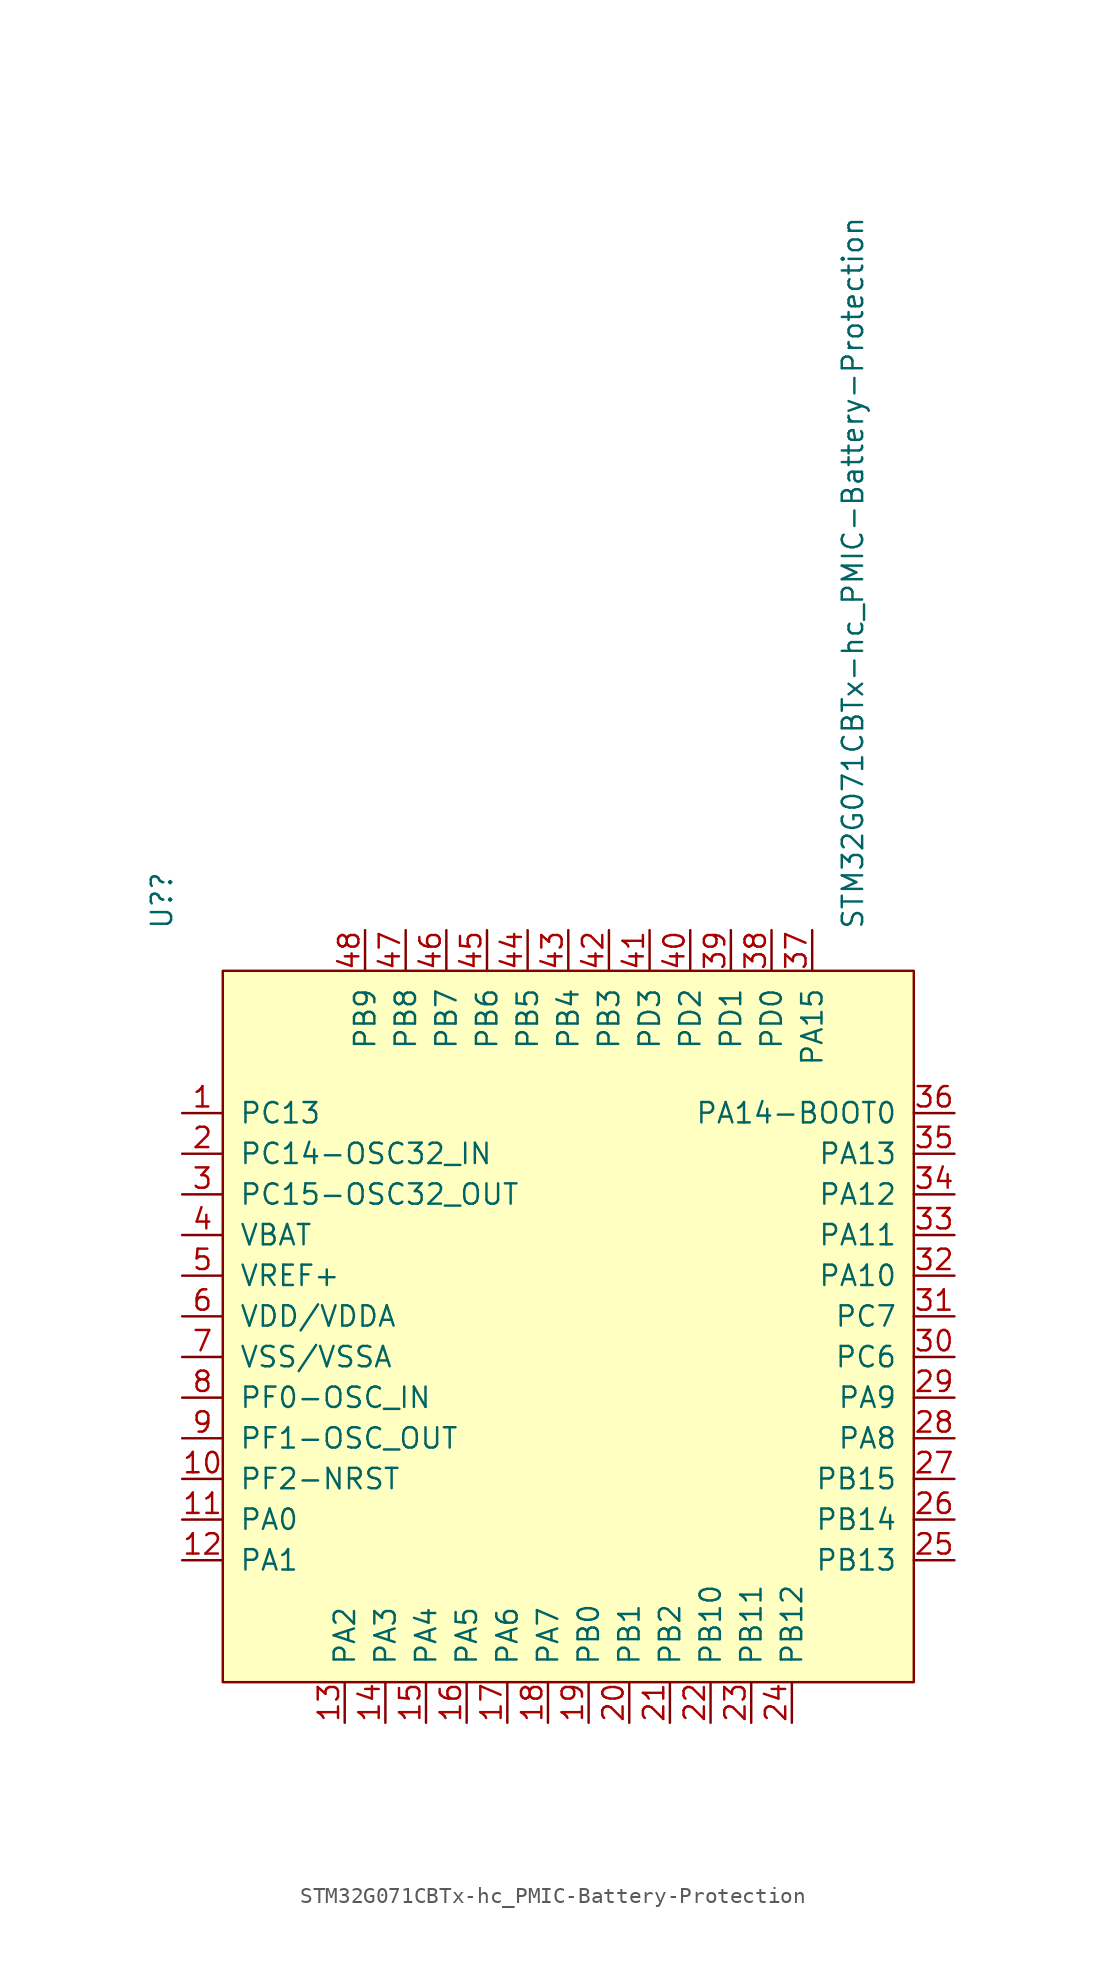
<source format=kicad_sym>
(kicad_symbol_lib
  (version 20211014)
  (generator kicad_symbol_editor)
  (symbol "STM32G071CBTx-hc_PMIC-Battery-Protection"
    (pin_names
      (offset 1.016))
    (property "Reference" "U?"
      (at -25.4 24.13 90)
      (effects (font (size 1.27 1.27)) (justify left)))
    (property "Value" "STM32G071CBTx-hc_PMIC-Battery-Protection"
      (at 17.78 24.13 90)
      (effects (font (size 1.27 1.27)) (justify left)))
    (symbol "STM32G071CBTx-hc_PMIC-Battery-Protection_0_0"
      (pin bidirectional line (at -24.13 12.7 0) (length 2.54) (name "PC13" (effects (font (size 1.27 1.27)))) (number "1" (effects (font (size 1.27 1.27)))))
      (pin bidirectional line (at -24.13 -10.16 0) (length 2.54) (name "PF2-NRST" (effects (font (size 1.27 1.27)))) (number "10" (effects (font (size 1.27 1.27)))))
      (pin bidirectional line (at -24.13 -12.7 0) (length 2.54) (name "PA0" (effects (font (size 1.27 1.27)))) (number "11" (effects (font (size 1.27 1.27)))))
      (pin bidirectional line (at -24.13 -15.24 0) (length 2.54) (name "PA1" (effects (font (size 1.27 1.27)))) (number "12" (effects (font (size 1.27 1.27)))))
      (pin bidirectional line (at -13.97 -25.4 90) (length 2.54) (name "PA2" (effects (font (size 1.27 1.27)))) (number "13" (effects (font (size 1.27 1.27)))))
      (pin bidirectional line (at -11.43 -25.4 90) (length 2.54) (name "PA3" (effects (font (size 1.27 1.27)))) (number "14" (effects (font (size 1.27 1.27)))))
      (pin bidirectional line (at -8.89 -25.4 90) (length 2.54) (name "PA4" (effects (font (size 1.27 1.27)))) (number "15" (effects (font (size 1.27 1.27)))))
      (pin bidirectional line (at -6.35 -25.4 90) (length 2.54) (name "PA5" (effects (font (size 1.27 1.27)))) (number "16" (effects (font (size 1.27 1.27)))))
      (pin bidirectional line (at -3.81 -25.4 90) (length 2.54) (name "PA6" (effects (font (size 1.27 1.27)))) (number "17" (effects (font (size 1.27 1.27)))))
      (pin bidirectional line (at -1.27 -25.4 90) (length 2.54) (name "PA7" (effects (font (size 1.27 1.27)))) (number "18" (effects (font (size 1.27 1.27)))))
      (pin bidirectional line (at 1.27 -25.4 90) (length 2.54) (name "PB0" (effects (font (size 1.27 1.27)))) (number "19" (effects (font (size 1.27 1.27)))))
      (pin bidirectional line (at -24.13 10.16 0) (length 2.54) (name "PC14-OSC32_IN" (effects (font (size 1.27 1.27)))) (number "2" (effects (font (size 1.27 1.27)))))
      (pin bidirectional line (at 3.81 -25.4 90) (length 2.54) (name "PB1" (effects (font (size 1.27 1.27)))) (number "20" (effects (font (size 1.27 1.27)))))
      (pin bidirectional line (at 6.35 -25.4 90) (length 2.54) (name "PB2" (effects (font (size 1.27 1.27)))) (number "21" (effects (font (size 1.27 1.27)))))
      (pin bidirectional line (at 8.89 -25.4 90) (length 2.54) (name "PB10" (effects (font (size 1.27 1.27)))) (number "22" (effects (font (size 1.27 1.27)))))
      (pin bidirectional line (at 11.43 -25.4 90) (length 2.54) (name "PB11" (effects (font (size 1.27 1.27)))) (number "23" (effects (font (size 1.27 1.27)))))
      (pin bidirectional line (at 13.97 -25.4 90) (length 2.54) (name "PB12" (effects (font (size 1.27 1.27)))) (number "24" (effects (font (size 1.27 1.27)))))
      (pin bidirectional line (at 24.13 -15.24 180) (length 2.54) (name "PB13" (effects (font (size 1.27 1.27)))) (number "25" (effects (font (size 1.27 1.27)))))
      (pin bidirectional line (at 24.13 -12.7 180) (length 2.54) (name "PB14" (effects (font (size 1.27 1.27)))) (number "26" (effects (font (size 1.27 1.27)))))
      (pin bidirectional line (at 24.13 -10.16 180) (length 2.54) (name "PB15" (effects (font (size 1.27 1.27)))) (number "27" (effects (font (size 1.27 1.27)))))
      (pin bidirectional line (at 24.13 -7.62 180) (length 2.54) (name "PA8" (effects (font (size 1.27 1.27)))) (number "28" (effects (font (size 1.27 1.27)))))
      (pin bidirectional line (at 24.13 -5.08 180) (length 2.54) (name "PA9" (effects (font (size 1.27 1.27)))) (number "29" (effects (font (size 1.27 1.27)))))
      (pin bidirectional line (at -24.13 7.62 0) (length 2.54) (name "PC15-OSC32_OUT" (effects (font (size 1.27 1.27)))) (number "3" (effects (font (size 1.27 1.27)))))
      (pin bidirectional line (at 24.13 -2.54 180) (length 2.54) (name "PC6" (effects (font (size 1.27 1.27)))) (number "30" (effects (font (size 1.27 1.27)))))
      (pin bidirectional line (at 24.13 0 180) (length 2.54) (name "PC7" (effects (font (size 1.27 1.27)))) (number "31" (effects (font (size 1.27 1.27)))))
      (pin bidirectional line (at 24.13 2.54 180) (length 2.54) (name "PA10" (effects (font (size 1.27 1.27)))) (number "32" (effects (font (size 1.27 1.27)))))
      (pin bidirectional line (at 24.13 5.08 180) (length 2.54) (name "PA11" (effects (font (size 1.27 1.27)))) (number "33" (effects (font (size 1.27 1.27)))))
      (pin bidirectional line (at 24.13 7.62 180) (length 2.54) (name "PA12" (effects (font (size 1.27 1.27)))) (number "34" (effects (font (size 1.27 1.27)))))
      (pin bidirectional line (at 24.13 10.16 180) (length 2.54) (name "PA13" (effects (font (size 1.27 1.27)))) (number "35" (effects (font (size 1.27 1.27)))))
      (pin bidirectional line (at 24.13 12.7 180) (length 2.54) (name "PA14-BOOT0" (effects (font (size 1.27 1.27)))) (number "36" (effects (font (size 1.27 1.27)))))
      (pin bidirectional line (at 15.24 24.13 270) (length 2.54) (name "PA15" (effects (font (size 1.27 1.27)))) (number "37" (effects (font (size 1.27 1.27)))))
      (pin bidirectional line (at 12.7 24.13 270) (length 2.54) (name "PD0" (effects (font (size 1.27 1.27)))) (number "38" (effects (font (size 1.27 1.27)))))
      (pin bidirectional line (at 10.16 24.13 270) (length 2.54) (name "PD1" (effects (font (size 1.27 1.27)))) (number "39" (effects (font (size 1.27 1.27)))))
      (pin power_in line (at -24.13 5.08 0) (length 2.54) (name "VBAT" (effects (font (size 1.27 1.27)))) (number "4" (effects (font (size 1.27 1.27)))))
      (pin bidirectional line (at 7.62 24.13 270) (length 2.54) (name "PD2" (effects (font (size 1.27 1.27)))) (number "40" (effects (font (size 1.27 1.27)))))
      (pin bidirectional line (at 5.08 24.13 270) (length 2.54) (name "PD3" (effects (font (size 1.27 1.27)))) (number "41" (effects (font (size 1.27 1.27)))))
      (pin bidirectional line (at 2.54 24.13 270) (length 2.54) (name "PB3" (effects (font (size 1.27 1.27)))) (number "42" (effects (font (size 1.27 1.27)))))
      (pin bidirectional line (at 0 24.13 270) (length 2.54) (name "PB4" (effects (font (size 1.27 1.27)))) (number "43" (effects (font (size 1.27 1.27)))))
      (pin bidirectional line (at -2.54 24.13 270) (length 2.54) (name "PB5" (effects (font (size 1.27 1.27)))) (number "44" (effects (font (size 1.27 1.27)))))
      (pin bidirectional line (at -5.08 24.13 270) (length 2.54) (name "PB6" (effects (font (size 1.27 1.27)))) (number "45" (effects (font (size 1.27 1.27)))))
      (pin bidirectional line (at -7.62 24.13 270) (length 2.54) (name "PB7" (effects (font (size 1.27 1.27)))) (number "46" (effects (font (size 1.27 1.27)))))
      (pin bidirectional line (at -10.16 24.13 270) (length 2.54) (name "PB8" (effects (font (size 1.27 1.27)))) (number "47" (effects (font (size 1.27 1.27)))))
      (pin bidirectional line (at -12.7 24.13 270) (length 2.54) (name "PB9" (effects (font (size 1.27 1.27)))) (number "48" (effects (font (size 1.27 1.27)))))
      (pin power_in line (at -24.13 2.54 0) (length 2.54) (name "VREF+" (effects (font (size 1.27 1.27)))) (number "5" (effects (font (size 1.27 1.27)))))
      (pin power_in line (at -24.13 0 0) (length 2.54) (name "VDD/VDDA" (effects (font (size 1.27 1.27)))) (number "6" (effects (font (size 1.27 1.27)))))
      (pin power_in line (at -24.13 -2.54 0) (length 2.54) (name "VSS/VSSA" (effects (font (size 1.27 1.27)))) (number "7" (effects (font (size 1.27 1.27)))))
      (pin bidirectional line (at -24.13 -5.08 0) (length 2.54) (name "PF0-OSC_IN" (effects (font (size 1.27 1.27)))) (number "8" (effects (font (size 1.27 1.27)))))
      (pin bidirectional line (at -24.13 -7.62 0) (length 2.54) (name "PF1-OSC_OUT" (effects (font (size 1.27 1.27)))) (number "9" (effects (font (size 1.27 1.27))))))
    (symbol "STM32G071CBTx-hc_PMIC-Battery-Protection_0_1"
      (rectangle (start -21.59 21.59) (end 21.59 -22.86) (stroke (width 0) (type default) (color 0 0 0 0)) (fill (type background))))))
</source>
